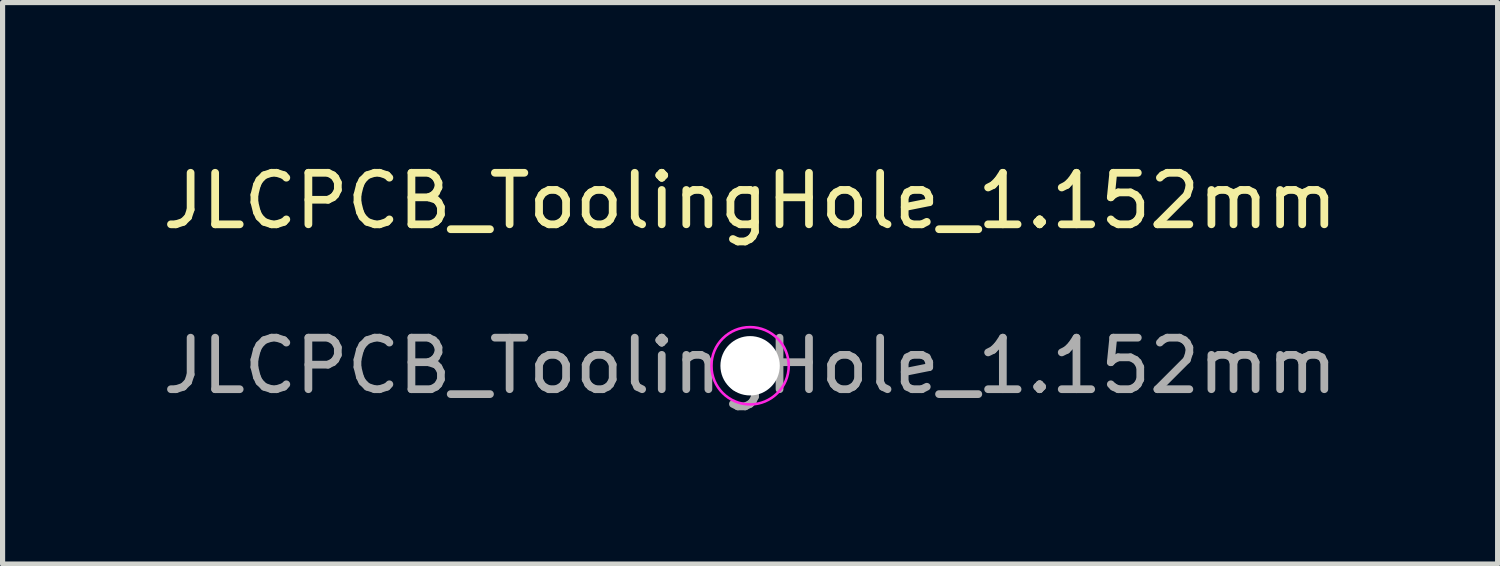
<source format=kicad_pcb>
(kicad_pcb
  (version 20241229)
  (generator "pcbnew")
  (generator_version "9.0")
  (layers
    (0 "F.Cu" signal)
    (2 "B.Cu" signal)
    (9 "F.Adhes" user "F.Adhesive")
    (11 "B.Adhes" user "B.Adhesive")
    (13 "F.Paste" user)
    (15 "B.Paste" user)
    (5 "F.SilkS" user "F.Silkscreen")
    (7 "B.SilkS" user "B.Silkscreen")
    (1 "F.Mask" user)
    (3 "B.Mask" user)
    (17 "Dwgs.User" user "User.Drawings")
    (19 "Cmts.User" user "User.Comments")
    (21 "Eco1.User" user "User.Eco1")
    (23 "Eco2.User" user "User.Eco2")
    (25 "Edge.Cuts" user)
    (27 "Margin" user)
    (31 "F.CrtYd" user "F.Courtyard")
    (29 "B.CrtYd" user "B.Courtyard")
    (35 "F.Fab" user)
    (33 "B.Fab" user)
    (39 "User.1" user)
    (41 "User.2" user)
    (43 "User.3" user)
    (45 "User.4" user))
  (footprint "JLCPCB_ToolingHole_1.152mm"
    (layer "F.Cu")
    (at 11.506 4.048)
    (property "Reference" "JLCPCB_ToolingHole_1.152mm" (at 0 -3.2 0) (layer "F.SilkS") (effects (font (size 1 1) (thickness 0.15))))
    (attr exclude_from_pos_files exclude_from_bom)
    (fp_circle (center 0 0) (end 0.75 0) (stroke (width 0.05) (type solid)) (fill no) (layer "F.CrtYd"))
    (fp_text user "${REFERENCE}" (at 0 0 0) (layer "F.Fab") (effects (font (size 1 1) (thickness 0.15))))
    (pad "" np_thru_hole circle (at 0 0) (size 1.152 1.152) (drill 1.152) (layers "*.Cu" "*.Mask")))
  (gr_rect
    (start -3 -3)
    (end 26.012 7.896)
    (stroke (width 0.1) (type default))
    (fill no)
    (layer "Edge.Cuts")))
</source>
